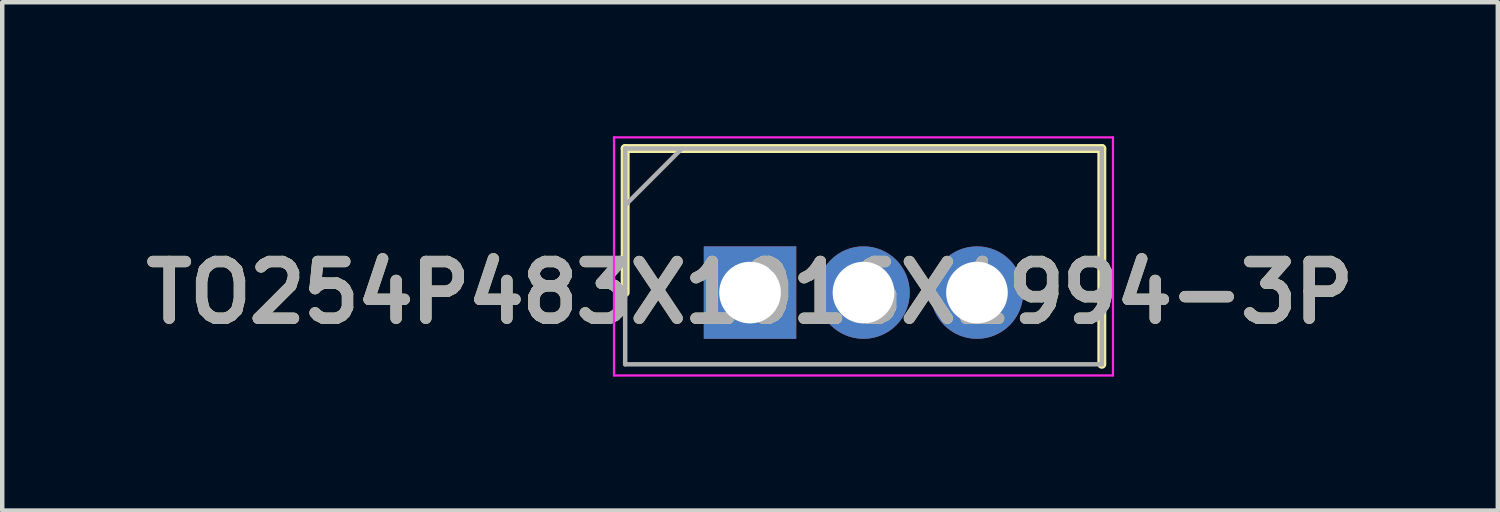
<source format=kicad_pcb>
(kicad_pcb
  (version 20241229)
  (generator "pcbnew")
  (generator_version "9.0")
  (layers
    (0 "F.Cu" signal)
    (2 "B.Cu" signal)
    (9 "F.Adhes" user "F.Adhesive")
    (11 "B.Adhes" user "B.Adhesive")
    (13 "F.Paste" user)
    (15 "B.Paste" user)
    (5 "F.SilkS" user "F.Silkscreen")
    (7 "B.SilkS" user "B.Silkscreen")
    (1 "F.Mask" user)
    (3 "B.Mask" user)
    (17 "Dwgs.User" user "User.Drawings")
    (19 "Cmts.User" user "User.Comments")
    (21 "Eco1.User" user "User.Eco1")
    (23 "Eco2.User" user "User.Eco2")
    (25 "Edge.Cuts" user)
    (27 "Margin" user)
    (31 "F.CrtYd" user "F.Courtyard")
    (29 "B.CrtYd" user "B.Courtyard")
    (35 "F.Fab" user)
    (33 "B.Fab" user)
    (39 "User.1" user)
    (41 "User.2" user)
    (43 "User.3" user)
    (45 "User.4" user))
  (footprint "TO254P483X1016X1994-3P"
    (layer "F.Cu")
    (at 13.74 3.5)
    (property "Reference" "TO254P483X1016X1994-3P" (at 0 0 0) (layer "F.SilkS") (effects (font (size 1.27 1.27) (thickness 0.254))))
    (attr through_hole)
    (fp_line (start -2.795 -3.225) (end -2.795 0) (stroke (width 0.2) (type solid)) (layer "F.SilkS"))
    (fp_line (start 7.875 -3.225) (end -2.795 -3.225) (stroke (width 0.2) (type solid)) (layer "F.SilkS"))
    (fp_line (start 7.875 1.605) (end 7.875 -3.225) (stroke (width 0.2) (type solid)) (layer "F.SilkS"))
    (fp_line (start -3.045 -3.475) (end 8.125 -3.475) (stroke (width 0.05) (type solid)) (layer "F.CrtYd"))
    (fp_line (start -3.045 1.855) (end -3.045 -3.475) (stroke (width 0.05) (type solid)) (layer "F.CrtYd"))
    (fp_line (start 8.125 -3.475) (end 8.125 1.855) (stroke (width 0.05) (type solid)) (layer "F.CrtYd"))
    (fp_line (start 8.125 1.855) (end -3.045 1.855) (stroke (width 0.05) (type solid)) (layer "F.CrtYd"))
    (fp_line (start -2.795 -3.225) (end 7.875 -3.225) (stroke (width 0.1) (type solid)) (layer "F.Fab"))
    (fp_line (start -2.795 -1.955) (end -1.525 -3.225) (stroke (width 0.1) (type solid)) (layer "F.Fab"))
    (fp_line (start -2.795 1.605) (end -2.795 -3.225) (stroke (width 0.1) (type solid)) (layer "F.Fab"))
    (fp_line (start 7.875 -3.225) (end 7.875 1.605) (stroke (width 0.1) (type solid)) (layer "F.Fab"))
    (fp_line (start 7.875 1.605) (end -2.795 1.605) (stroke (width 0.1) (type solid)) (layer "F.Fab"))
    (fp_text user "${REFERENCE}" (at 0 0 0) (layer "F.Fab") (effects (font (size 1.27 1.27) (thickness 0.254))))
    (pad "1" thru_hole rect (at 0 0) (size 2.07 2.07) (drill 1.38) (layers "*.Cu" "*.Mask"))
    (pad "2" thru_hole circle (at 2.54 0) (size 2.07 2.07) (drill 1.38) (layers "*.Cu" "*.Mask"))
    (pad "3" thru_hole circle (at 5.08 0) (size 2.07 2.07) (drill 1.38) (layers "*.Cu" "*.Mask")))
  (gr_rect
    (start -3 -3)
    (end 30.48 8.38)
    (stroke (width 0.1) (type default))
    (fill no)
    (layer "Edge.Cuts")))
</source>
